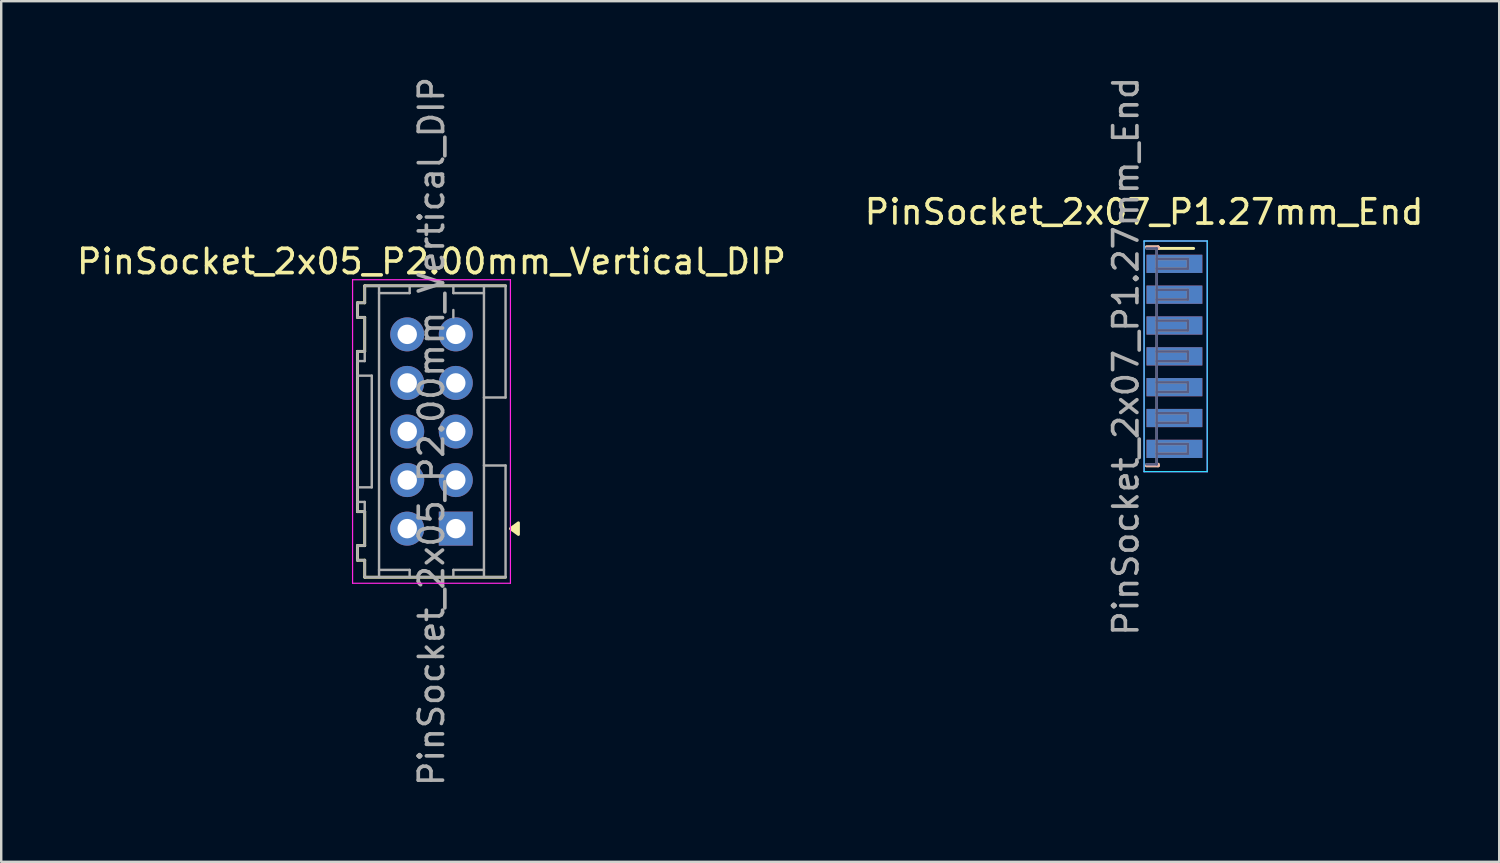
<source format=kicad_pcb>
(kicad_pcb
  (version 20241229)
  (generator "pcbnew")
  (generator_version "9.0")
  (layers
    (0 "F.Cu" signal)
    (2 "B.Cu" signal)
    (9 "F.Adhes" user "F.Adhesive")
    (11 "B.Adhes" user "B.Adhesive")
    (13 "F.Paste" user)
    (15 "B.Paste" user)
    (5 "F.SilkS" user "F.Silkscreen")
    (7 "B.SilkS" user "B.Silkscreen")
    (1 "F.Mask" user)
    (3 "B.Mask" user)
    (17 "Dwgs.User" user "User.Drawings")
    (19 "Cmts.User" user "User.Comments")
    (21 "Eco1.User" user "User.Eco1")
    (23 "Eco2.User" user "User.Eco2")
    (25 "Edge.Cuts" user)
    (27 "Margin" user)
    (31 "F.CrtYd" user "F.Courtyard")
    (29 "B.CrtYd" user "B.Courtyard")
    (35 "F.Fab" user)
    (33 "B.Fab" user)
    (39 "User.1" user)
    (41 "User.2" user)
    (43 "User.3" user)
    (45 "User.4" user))
  (footprint "PinSocket_2x07_P1.27mm_End"
    (layer "F.Cu")
    (at 44.065 11.625)
    (property "Reference" "PinSocket_2x07_P1.27mm_End" (at 0 -5.945 0) (layer "F.SilkS") (effects (font (size 1 1) (thickness 0.15))))
    (attr smd)
    (fp_line (start 0.1 -4.505) (end 0.58 -4.505) (stroke (width 0.12) (type solid)) (layer "F.SilkS"))
    (fp_line (start 0.1 4.505) (end 0.58 4.505) (stroke (width 0.12) (type solid)) (layer "F.SilkS"))
    (fp_line (start 0.58 -4.505) (end 0.58 -4.445) (stroke (width 0.12) (type solid)) (layer "F.SilkS"))
    (fp_line (start 0.58 -4.445) (end 2.04 -4.445) (stroke (width 0.12) (type solid)) (layer "F.SilkS"))
    (fp_line (start 0.58 4.445) (end 0.58 4.505) (stroke (width 0.12) (type solid)) (layer "F.SilkS"))
    (fp_line (start 0.1 -4.505) (end 0.58 -4.505) (stroke (width 0.12) (type solid)) (layer "B.SilkS"))
    (fp_line (start 0.1 4.505) (end 0.58 4.505) (stroke (width 0.12) (type solid)) (layer "B.SilkS"))
    (fp_line (start 0.58 -4.505) (end 0.58 -4.445) (stroke (width 0.12) (type solid)) (layer "B.SilkS"))
    (fp_line (start 0.58 4.445) (end 0.58 4.505) (stroke (width 0.12) (type solid)) (layer "B.SilkS"))
    (fp_line (start 0 -4.75) (end 2.6 -4.75) (stroke (width 0.05) (type solid)) (layer "B.CrtYd"))
    (fp_line (start 0 4.75) (end 0 -4.75) (stroke (width 0.05) (type solid)) (layer "B.CrtYd"))
    (fp_line (start 2.6 -4.75) (end 2.6 4.75) (stroke (width 0.05) (type solid)) (layer "B.CrtYd"))
    (fp_line (start 2.6 4.75) (end 0 4.75) (stroke (width 0.05) (type solid)) (layer "B.CrtYd"))
    (fp_line (start 0 -4.75) (end 2.6 -4.75) (stroke (width 0.05) (type solid)) (layer "F.CrtYd"))
    (fp_line (start 0 4.75) (end 0 -4.75) (stroke (width 0.05) (type solid)) (layer "F.CrtYd"))
    (fp_line (start 2.6 -4.75) (end 2.6 4.75) (stroke (width 0.05) (type solid)) (layer "F.CrtYd"))
    (fp_line (start 2.6 4.75) (end 0 4.75) (stroke (width 0.05) (type solid)) (layer "F.CrtYd"))
    (fp_line (start 0.1 -4.445) (end 0.52 -4.445) (stroke (width 0.1) (type solid)) (layer "B.Fab"))
    (fp_line (start 0.52 -4.44) (end 0.52 4.445) (stroke (width 0.1) (type solid)) (layer "B.Fab"))
    (fp_line (start 0.52 -3.61) (end 1.805 -3.61) (stroke (width 0.1) (type solid)) (layer "B.Fab"))
    (fp_line (start 0.52 -2.34) (end 1.805 -2.34) (stroke (width 0.1) (type solid)) (layer "B.Fab"))
    (fp_line (start 0.52 -1.07) (end 1.805 -1.07) (stroke (width 0.1) (type solid)) (layer "B.Fab"))
    (fp_line (start 0.52 0.2) (end 1.805 0.2) (stroke (width 0.1) (type solid)) (layer "B.Fab"))
    (fp_line (start 0.52 1.47) (end 1.805 1.47) (stroke (width 0.1) (type solid)) (layer "B.Fab"))
    (fp_line (start 0.52 2.74) (end 1.805 2.74) (stroke (width 0.1) (type solid)) (layer "B.Fab"))
    (fp_line (start 0.52 4.01) (end 1.805 4.01) (stroke (width 0.1) (type solid)) (layer "B.Fab"))
    (fp_line (start 0.52 4.445) (end 0.1 4.445) (stroke (width 0.1) (type solid)) (layer "B.Fab"))
    (fp_line (start 1.805 -4.01) (end 0.52 -4.01) (stroke (width 0.1) (type solid)) (layer "B.Fab"))
    (fp_line (start 1.805 -3.61) (end 1.805 -4.01) (stroke (width 0.1) (type solid)) (layer "B.Fab"))
    (fp_line (start 1.805 -2.74) (end 0.52 -2.74) (stroke (width 0.1) (type solid)) (layer "B.Fab"))
    (fp_line (start 1.805 -2.34) (end 1.805 -2.74) (stroke (width 0.1) (type solid)) (layer "B.Fab"))
    (fp_line (start 1.805 -1.47) (end 0.52 -1.47) (stroke (width 0.1) (type solid)) (layer "B.Fab"))
    (fp_line (start 1.805 -1.07) (end 1.805 -1.47) (stroke (width 0.1) (type solid)) (layer "B.Fab"))
    (fp_line (start 1.805 -0.2) (end 0.52 -0.2) (stroke (width 0.1) (type solid)) (layer "B.Fab"))
    (fp_line (start 1.805 0.2) (end 1.805 -0.2) (stroke (width 0.1) (type solid)) (layer "B.Fab"))
    (fp_line (start 1.805 1.07) (end 0.52 1.07) (stroke (width 0.1) (type solid)) (layer "B.Fab"))
    (fp_line (start 1.805 1.47) (end 1.805 1.07) (stroke (width 0.1) (type solid)) (layer "B.Fab"))
    (fp_line (start 1.805 2.34) (end 0.52 2.34) (stroke (width 0.1) (type solid)) (layer "B.Fab"))
    (fp_line (start 1.805 2.74) (end 1.805 2.34) (stroke (width 0.1) (type solid)) (layer "B.Fab"))
    (fp_line (start 1.805 3.61) (end 0.52 3.61) (stroke (width 0.1) (type solid)) (layer "B.Fab"))
    (fp_line (start 1.805 4.01) (end 1.805 3.61) (stroke (width 0.1) (type solid)) (layer "B.Fab"))
    (fp_line (start 0.1 -4.445) (end 0.52 -4.445) (stroke (width 0.1) (type solid)) (layer "F.Fab"))
    (fp_line (start 0.52 -4.44) (end 0.52 4.445) (stroke (width 0.1) (type solid)) (layer "F.Fab"))
    (fp_line (start 0.52 -4.01) (end 1.805 -4.01) (stroke (width 0.1) (type solid)) (layer "F.Fab"))
    (fp_line (start 0.52 -2.74) (end 1.805 -2.74) (stroke (width 0.1) (type solid)) (layer "F.Fab"))
    (fp_line (start 0.52 -1.47) (end 1.805 -1.47) (stroke (width 0.1) (type solid)) (layer "F.Fab"))
    (fp_line (start 0.52 -0.2) (end 1.805 -0.2) (stroke (width 0.1) (type solid)) (layer "F.Fab"))
    (fp_line (start 0.52 1.07) (end 1.805 1.07) (stroke (width 0.1) (type solid)) (layer "F.Fab"))
    (fp_line (start 0.52 2.34) (end 1.805 2.34) (stroke (width 0.1) (type solid)) (layer "F.Fab"))
    (fp_line (start 0.52 3.61) (end 1.805 3.61) (stroke (width 0.1) (type solid)) (layer "F.Fab"))
    (fp_line (start 0.52 4.445) (end 0.1 4.445) (stroke (width 0.1) (type solid)) (layer "F.Fab"))
    (fp_line (start 1.805 -4.01) (end 1.805 -3.61) (stroke (width 0.1) (type solid)) (layer "F.Fab"))
    (fp_line (start 1.805 -3.61) (end 0.52 -3.61) (stroke (width 0.1) (type solid)) (layer "F.Fab"))
    (fp_line (start 1.805 -2.74) (end 1.805 -2.34) (stroke (width 0.1) (type solid)) (layer "F.Fab"))
    (fp_line (start 1.805 -2.34) (end 0.52 -2.34) (stroke (width 0.1) (type solid)) (layer "F.Fab"))
    (fp_line (start 1.805 -1.47) (end 1.805 -1.07) (stroke (width 0.1) (type solid)) (layer "F.Fab"))
    (fp_line (start 1.805 -1.07) (end 0.52 -1.07) (stroke (width 0.1) (type solid)) (layer "F.Fab"))
    (fp_line (start 1.805 -0.2) (end 1.805 0.2) (stroke (width 0.1) (type solid)) (layer "F.Fab"))
    (fp_line (start 1.805 0.2) (end 0.52 0.2) (stroke (width 0.1) (type solid)) (layer "F.Fab"))
    (fp_line (start 1.805 1.07) (end 1.805 1.47) (stroke (width 0.1) (type solid)) (layer "F.Fab"))
    (fp_line (start 1.805 1.47) (end 0.52 1.47) (stroke (width 0.1) (type solid)) (layer "F.Fab"))
    (fp_line (start 1.805 2.34) (end 1.805 2.74) (stroke (width 0.1) (type solid)) (layer "F.Fab"))
    (fp_line (start 1.805 2.74) (end 0.52 2.74) (stroke (width 0.1) (type solid)) (layer "F.Fab"))
    (fp_line (start 1.805 3.61) (end 1.805 4.01) (stroke (width 0.1) (type solid)) (layer "F.Fab"))
    (fp_line (start 1.805 4.01) (end 0.52 4.01) (stroke (width 0.1) (type solid)) (layer "F.Fab"))
    (fp_text user "${REFERENCE}" (at -0.75 0 90) (layer "F.Fab") (effects (font (size 1 1) (thickness 0.15))))
    (pad "1" smd rect (at 1.25 -3.81) (size 2.3 0.75) (layers "F.Cu" "F.Mask" "F.Paste"))
    (pad "2" smd rect (at 1.25 -3.81) (size 2.3 0.75) (layers "B.Cu" "B.Mask" "B.Paste"))
    (pad "3" smd rect (at 1.25 -2.54) (size 2.3 0.75) (layers "F.Cu" "F.Mask" "F.Paste"))
    (pad "4" smd rect (at 1.25 -2.54) (size 2.3 0.75) (layers "B.Cu" "B.Mask" "B.Paste"))
    (pad "5" smd rect (at 1.25 -1.27) (size 2.3 0.75) (layers "F.Cu" "F.Mask" "F.Paste"))
    (pad "6" smd rect (at 1.25 -1.27) (size 2.3 0.75) (layers "B.Cu" "B.Mask" "B.Paste"))
    (pad "7" smd rect (at 1.25 0) (size 2.3 0.75) (layers "F.Cu" "F.Mask" "F.Paste"))
    (pad "8" smd rect (at 1.25 0) (size 2.3 0.75) (layers "B.Cu" "B.Mask" "B.Paste"))
    (pad "9" smd rect (at 1.25 1.27) (size 2.3 0.75) (layers "F.Cu" "F.Mask" "F.Paste"))
    (pad "10" smd rect (at 1.25 1.27) (size 2.3 0.75) (layers "B.Cu" "B.Mask" "B.Paste"))
    (pad "11" smd rect (at 1.25 2.54) (size 2.3 0.75) (layers "F.Cu" "F.Mask" "F.Paste"))
    (pad "12" smd rect (at 1.25 2.54) (size 2.3 0.75) (layers "B.Cu" "B.Mask" "B.Paste"))
    (pad "13" smd rect (at 1.25 3.81) (size 2.3 0.75) (layers "F.Cu" "F.Mask" "F.Paste"))
    (pad "14" smd rect (at 1.25 3.81) (size 2.3 0.75) (layers "B.Cu" "B.Mask" "B.Paste")))
  (footprint "PinSocket_2x05_P2.00mm_Vertical_DIP"
    (layer "F.Cu")
    (at 14.72 14.72)
    (property "Reference" "PinSocket_2x05_P2.00mm_Vertical_DIP" (at 0 -7 0) (layer "F.SilkS") (effects (font (size 1 1) (thickness 0.15))))
    (attr through_hole)
    (fp_line (start -3.05 -5.3) (end -3.05 -4.7) (stroke (width 0.12) (type default)) (layer "F.SilkS"))
    (fp_line (start -3.05 -4.7) (end -2.75 -4.7) (stroke (width 0.12) (type default)) (layer "F.SilkS"))
    (fp_line (start -3.05 -3.3) (end -3.05 3.3) (stroke (width 0.12) (type default)) (layer "F.SilkS"))
    (fp_line (start -3.05 3.3) (end -2.75 3.3) (stroke (width 0.12) (type default)) (layer "F.SilkS"))
    (fp_line (start -3.05 4.7) (end -3.05 5.3) (stroke (width 0.12) (type default)) (layer "F.SilkS"))
    (fp_line (start -3.05 5.3) (end -2.75 5.3) (stroke (width 0.12) (type default)) (layer "F.SilkS"))
    (fp_line (start -2.75 -6) (end -2.75 -5.3) (stroke (width 0.12) (type default)) (layer "F.SilkS"))
    (fp_line (start -2.75 -5.3) (end -3.05 -5.3) (stroke (width 0.12) (type default)) (layer "F.SilkS"))
    (fp_line (start -2.75 -4.7) (end -2.75 -3.3) (stroke (width 0.12) (type default)) (layer "F.SilkS"))
    (fp_line (start -2.75 -3.3) (end -3.05 -3.3) (stroke (width 0.12) (type default)) (layer "F.SilkS"))
    (fp_line (start -2.75 3.3) (end -2.75 4.7) (stroke (width 0.12) (type default)) (layer "F.SilkS"))
    (fp_line (start -2.75 4.7) (end -3.05 4.7) (stroke (width 0.12) (type default)) (layer "F.SilkS"))
    (fp_line (start -2.75 5.3) (end -2.75 6) (stroke (width 0.12) (type default)) (layer "F.SilkS"))
    (fp_line (start -2.75 6) (end 3.05 6) (stroke (width 0.12) (type default)) (layer "F.SilkS"))
    (fp_line (start 3.05 -6) (end -2.75 -6) (stroke (width 0.12) (type default)) (layer "F.SilkS"))
    (fp_poly (pts (xy 3.25 4) (xy 3.58 3.76) (xy 3.58 4.24) (xy 3.25 4)) (stroke (width 0.12) (type solid)) (fill yes) (layer "F.SilkS"))
    (fp_line (start -3.25 -6.25) (end 3.25 -6.25) (stroke (width 0.05) (type solid)) (layer "F.CrtYd"))
    (fp_line (start -3.25 6.25) (end -3.25 -6.25) (stroke (width 0.05) (type solid)) (layer "F.CrtYd"))
    (fp_line (start 3.25 -6.25) (end 3.25 6.25) (stroke (width 0.05) (type solid)) (layer "F.CrtYd"))
    (fp_line (start 3.25 6.25) (end -3.25 6.25) (stroke (width 0.05) (type solid)) (layer "F.CrtYd"))
    (fp_line (start -3.05 -5.3) (end -3.05 -4.7) (stroke (width 0.1) (type default)) (layer "F.Fab"))
    (fp_line (start -3.05 -4.7) (end -2.75 -4.7) (stroke (width 0.1) (type default)) (layer "F.Fab"))
    (fp_line (start -3.05 -3.3) (end -3.05 3.3) (stroke (width 0.1) (type default)) (layer "F.Fab"))
    (fp_line (start -3.05 -2.9) (end -2.75 -2.9) (stroke (width 0.1) (type default)) (layer "F.Fab"))
    (fp_line (start -3.05 -2.3) (end -2.46 -2.3) (stroke (width 0.1) (type default)) (layer "F.Fab"))
    (fp_line (start -3.05 2.9) (end -2.75 2.9) (stroke (width 0.1) (type default)) (layer "F.Fab"))
    (fp_line (start -3.05 3.3) (end -2.75 3.3) (stroke (width 0.1) (type default)) (layer "F.Fab"))
    (fp_line (start -3.05 4.7) (end -3.05 5.3) (stroke (width 0.1) (type default)) (layer "F.Fab"))
    (fp_line (start -3.05 5.3) (end -2.75 5.3) (stroke (width 0.1) (type default)) (layer "F.Fab"))
    (fp_line (start -2.75 -6) (end -2.75 -5.3) (stroke (width 0.1) (type default)) (layer "F.Fab"))
    (fp_line (start -2.75 -5.3) (end -3.05 -5.3) (stroke (width 0.1) (type default)) (layer "F.Fab"))
    (fp_line (start -2.75 -4.7) (end -2.75 -3.3) (stroke (width 0.1) (type default)) (layer "F.Fab"))
    (fp_line (start -2.75 -3.3) (end -3.05 -3.3) (stroke (width 0.1) (type default)) (layer "F.Fab"))
    (fp_line (start -2.75 -2.9) (end -2.75 -3.3) (stroke (width 0.1) (type default)) (layer "F.Fab"))
    (fp_line (start -2.75 2.9) (end -2.75 3.3) (stroke (width 0.1) (type default)) (layer "F.Fab"))
    (fp_line (start -2.75 3.3) (end -2.75 4.7) (stroke (width 0.1) (type default)) (layer "F.Fab"))
    (fp_line (start -2.75 4.7) (end -3.05 4.7) (stroke (width 0.1) (type default)) (layer "F.Fab"))
    (fp_line (start -2.75 5.3) (end -2.75 6) (stroke (width 0.1) (type default)) (layer "F.Fab"))
    (fp_line (start -2.75 6) (end 3.05 6) (stroke (width 0.1) (type default)) (layer "F.Fab"))
    (fp_line (start -2.46 -2.3) (end -2.46 2.3) (stroke (width 0.1) (type default)) (layer "F.Fab"))
    (fp_line (start -2.46 2.3) (end -3.05 2.3) (stroke (width 0.1) (type default)) (layer "F.Fab"))
    (fp_line (start -2.16 -6) (end -2.16 6) (stroke (width 0.1) (type default)) (layer "F.Fab"))
    (fp_line (start -2.16 5.7) (end -0.9 5.7) (stroke (width 0.1) (type default)) (layer "F.Fab"))
    (fp_line (start -0.9 -6) (end -0.9 -5.7) (stroke (width 0.1) (type default)) (layer "F.Fab"))
    (fp_line (start -0.9 -5.7) (end -2.16 -5.7) (stroke (width 0.1) (type default)) (layer "F.Fab"))
    (fp_line (start -0.9 5.7) (end -0.9 6) (stroke (width 0.1) (type default)) (layer "F.Fab"))
    (fp_line (start 0.9 -5.7) (end 0.9 -6) (stroke (width 0.1) (type default)) (layer "F.Fab"))
    (fp_line (start 0.9 -5.003) (end 0.9 -4.702) (stroke (width 0.1) (type default)) (layer "F.Fab"))
    (fp_line (start 0.9 6) (end 0.9 5.7) (stroke (width 0.1) (type default)) (layer "F.Fab"))
    (fp_line (start 2.16 -5.7) (end 0.9 -5.7) (stroke (width 0.1) (type default)) (layer "F.Fab"))
    (fp_line (start 2.16 -1.4) (end 3.05 -1.4) (stroke (width 0.1) (type default)) (layer "F.Fab"))
    (fp_line (start 2.16 5.7) (end 0.9 5.7) (stroke (width 0.1) (type default)) (layer "F.Fab"))
    (fp_line (start 2.16 6) (end 2.16 -6) (stroke (width 0.1) (type default)) (layer "F.Fab"))
    (fp_line (start 3.05 -6) (end -2.75 -6) (stroke (width 0.1) (type default)) (layer "F.Fab"))
    (fp_line (start 3.05 -1.4) (end 3.05 -6) (stroke (width 0.1) (type default)) (layer "F.Fab"))
    (fp_line (start 3.05 1.4) (end 2.16 1.4) (stroke (width 0.1) (type default)) (layer "F.Fab"))
    (fp_line (start 3.05 6) (end 3.05 1.4) (stroke (width 0.1) (type default)) (layer "F.Fab"))
    (fp_text user "${REFERENCE}" (at 0 0 90) (layer "F.Fab") (effects (font (size 1 1) (thickness 0.15))))
    (pad "1" thru_hole rect (at 1 4 180) (size 1.4 1.4) (drill 0.8) (layers "*.Cu" "*.Mask"))
    (pad "2" thru_hole circle (at -1 4 180) (size 1.4 1.4) (drill 0.8) (layers "*.Cu" "*.Mask"))
    (pad "3" thru_hole circle (at 1 2 180) (size 1.4 1.4) (drill 0.8) (layers "*.Cu" "*.Mask"))
    (pad "4" thru_hole circle (at -1 2 180) (size 1.4 1.4) (drill 0.8) (layers "*.Cu" "*.Mask"))
    (pad "5" thru_hole circle (at 1 0 180) (size 1.4 1.4) (drill 0.8) (layers "*.Cu" "*.Mask"))
    (pad "6" thru_hole circle (at -1 0 180) (size 1.4 1.4) (drill 0.8) (layers "*.Cu" "*.Mask"))
    (pad "7" thru_hole circle (at 1 -2 180) (size 1.4 1.4) (drill 0.8) (layers "*.Cu" "*.Mask"))
    (pad "8" thru_hole circle (at -1 -2 180) (size 1.4 1.4) (drill 0.8) (layers "*.Cu" "*.Mask"))
    (pad "9" thru_hole circle (at 1 -4 180) (size 1.4 1.4) (drill 0.8) (layers "*.Cu" "*.Mask"))
    (pad "10" thru_hole circle (at -1 -4 180) (size 1.4 1.4) (drill 0.8) (layers "*.Cu" "*.Mask")))
  (gr_rect
    (start -3 -3)
    (end 58.69 32.44)
    (stroke (width 0.1) (type default))
    (fill no)
    (layer "Edge.Cuts")))
</source>
